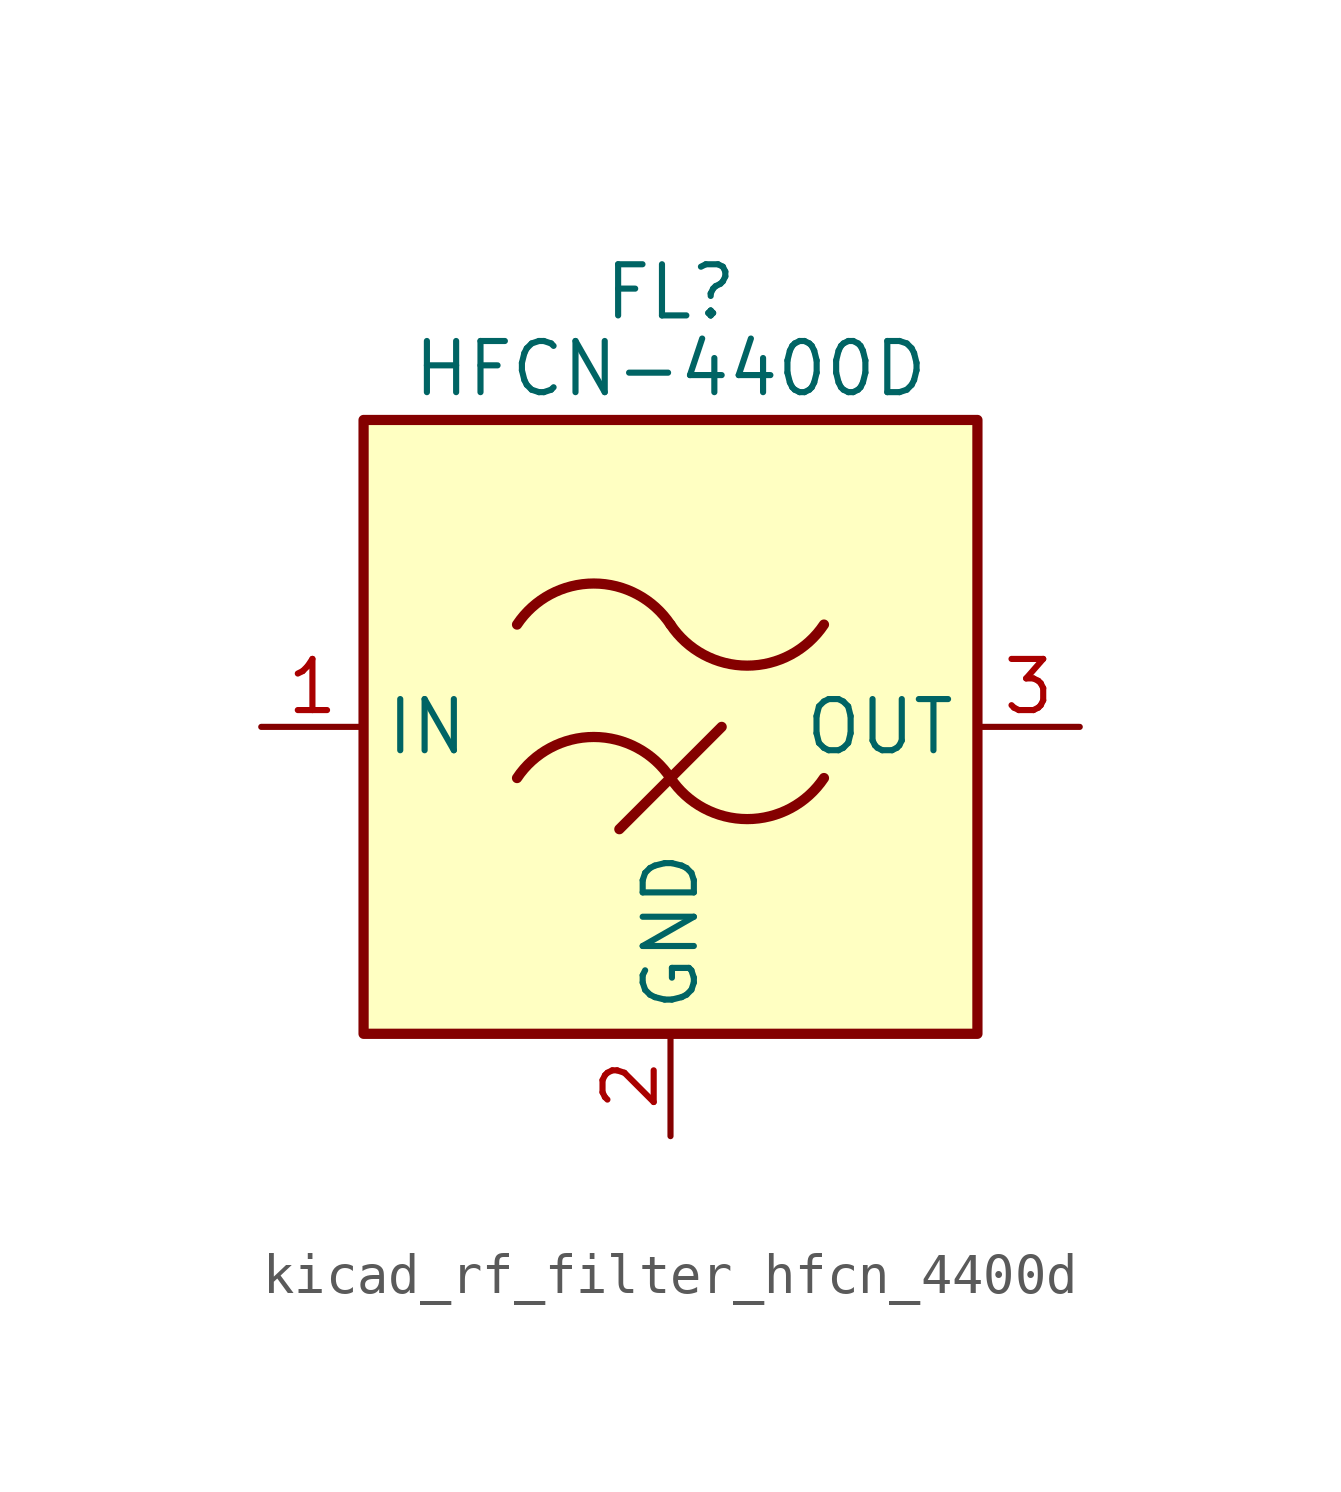
<source format=kicad_sym>
(kicad_symbol_lib
  (version 20220914)
  (generator kicad_symbol_editor)
  (symbol "kicad_rf_filter_hfcn_4400d"
    (property "Reference" "FL"
      (at 0 10.795 0)
      (effects (font (size 1.27 1.27))))
    (property "Value" "HFCN-4400D"
      (at 0 8.89 0)
      (effects (font (size 1.27 1.27))))
    (symbol "kicad_rf_filter_hfcn_4400d_0_1"
      (rectangle (start -7.62 7.62) (end 7.62 -7.62) (stroke (width 0.254) (type default)) (fill (type background)))
      (arc (start 0 -1.27) (mid -1.905 -0.2505) (end -3.81 -1.27) (stroke (width 0.254) (type default)) (fill (type none)))
      (arc (start 0 -1.27) (mid 1.905 -2.2895) (end 3.81 -1.27) (stroke (width 0.254) (type default)) (fill (type none)))
      (polyline (pts (xy -1.27 -2.54) (xy 1.27 0)) (stroke (width 0.254) (type default)) (fill (type none)))
      (arc (start 0 2.54) (mid -1.905 3.5595) (end -3.81 2.54) (stroke (width 0.254) (type default)) (fill (type none)))
      (arc (start 0 2.54) (mid 1.905 1.5205) (end 3.81 2.54) (stroke (width 0.254) (type default)) (fill (type none))))
    (symbol "kicad_rf_filter_hfcn_4400d_1_1"
      (pin passive line (at -10.16 0 0) (length 2.54) (name "IN" (effects (font (size 1.27 1.27)))) (number "1" (effects (font (size 1.27 1.27)))))
      (pin passive line (at 0 -10.16 90) (length 2.54) (name "GND" (effects (font (size 1.27 1.27)))) (number "2" (effects (font (size 1.27 1.27)))))
      (pin passive line (at 10.16 0 180) (length 2.54) (name "OUT" (effects (font (size 1.27 1.27)))) (number "3" (effects (font (size 1.27 1.27)))))
      (pin passive line (at 0 -10.16 90) (length 2.54) hide (name "GND" (effects (font (size 1.27 1.27)))) (number "4" (effects (font (size 1.27 1.27)))))
      (pin passive line (at 0 -10.16 90) (length 2.54) hide (name "GND" (effects (font (size 1.27 1.27)))) (number "5" (effects (font (size 1.27 1.27)))))
      (pin passive line (at 0 -10.16 90) (length 2.54) hide (name "GND" (effects (font (size 1.27 1.27)))) (number "6" (effects (font (size 1.27 1.27))))))))
</source>
